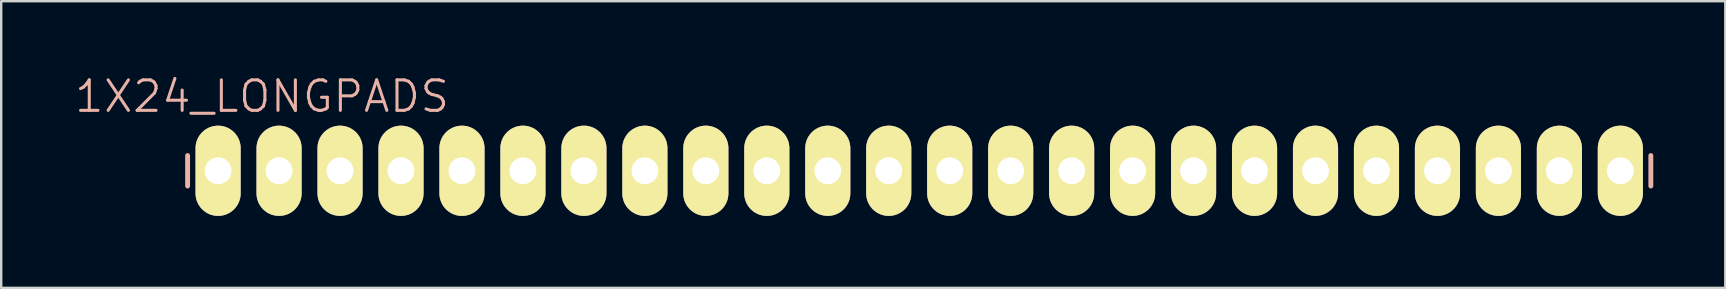
<source format=kicad_pcb>
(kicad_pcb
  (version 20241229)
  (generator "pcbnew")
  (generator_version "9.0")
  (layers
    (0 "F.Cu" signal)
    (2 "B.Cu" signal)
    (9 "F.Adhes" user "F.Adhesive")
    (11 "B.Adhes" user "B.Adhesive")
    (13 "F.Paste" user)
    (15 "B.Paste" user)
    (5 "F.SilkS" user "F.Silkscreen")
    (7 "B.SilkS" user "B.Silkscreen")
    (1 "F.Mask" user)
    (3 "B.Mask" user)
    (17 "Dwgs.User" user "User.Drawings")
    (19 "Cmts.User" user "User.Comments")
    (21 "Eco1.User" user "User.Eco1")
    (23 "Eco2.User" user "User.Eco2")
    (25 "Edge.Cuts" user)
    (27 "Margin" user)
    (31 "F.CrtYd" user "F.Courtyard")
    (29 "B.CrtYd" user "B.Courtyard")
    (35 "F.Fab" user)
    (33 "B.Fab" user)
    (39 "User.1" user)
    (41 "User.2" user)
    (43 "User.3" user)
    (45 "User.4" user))
  (footprint "1X24_LONGPADS"
    (layer "F.Cu")
    (at 32.706 4.065)
    (property "Reference" "1X24_LONGPADS" (at -24.841 -3.099 0) (layer "B.SilkS") (effects (font (size 1.27 1.27) (thickness 0.127))))
    (attr exclude_from_pos_files exclude_from_bom)
    (fp_line (start -26.924 -0.254) (end -26.416 -0.254) (stroke (width 0.066) (type solid)) (layer "F.SilkS"))
    (fp_line (start -26.924 0.254) (end -26.924 -0.254) (stroke (width 0.066) (type solid)) (layer "F.SilkS"))
    (fp_line (start -26.924 0.254) (end -26.416 0.254) (stroke (width 0.066) (type solid)) (layer "F.SilkS"))
    (fp_line (start -26.416 0.254) (end -26.416 -0.254) (stroke (width 0.066) (type solid)) (layer "F.SilkS"))
    (fp_line (start -24.384 -0.254) (end -23.876 -0.254) (stroke (width 0.066) (type solid)) (layer "F.SilkS"))
    (fp_line (start -24.384 0.254) (end -24.384 -0.254) (stroke (width 0.066) (type solid)) (layer "F.SilkS"))
    (fp_line (start -24.384 0.254) (end -23.876 0.254) (stroke (width 0.066) (type solid)) (layer "F.SilkS"))
    (fp_line (start -23.876 0.254) (end -23.876 -0.254) (stroke (width 0.066) (type solid)) (layer "F.SilkS"))
    (fp_line (start -21.844 -0.254) (end -21.336 -0.254) (stroke (width 0.066) (type solid)) (layer "F.SilkS"))
    (fp_line (start -21.844 0.254) (end -21.844 -0.254) (stroke (width 0.066) (type solid)) (layer "F.SilkS"))
    (fp_line (start -21.844 0.254) (end -21.336 0.254) (stroke (width 0.066) (type solid)) (layer "F.SilkS"))
    (fp_line (start -21.336 0.254) (end -21.336 -0.254) (stroke (width 0.066) (type solid)) (layer "F.SilkS"))
    (fp_line (start -19.304 -0.254) (end -18.796 -0.254) (stroke (width 0.066) (type solid)) (layer "F.SilkS"))
    (fp_line (start -19.304 0.254) (end -19.304 -0.254) (stroke (width 0.066) (type solid)) (layer "F.SilkS"))
    (fp_line (start -19.304 0.254) (end -18.796 0.254) (stroke (width 0.066) (type solid)) (layer "F.SilkS"))
    (fp_line (start -18.796 0.254) (end -18.796 -0.254) (stroke (width 0.066) (type solid)) (layer "F.SilkS"))
    (fp_line (start -16.764 -0.254) (end -16.256 -0.254) (stroke (width 0.066) (type solid)) (layer "F.SilkS"))
    (fp_line (start -16.764 0.254) (end -16.764 -0.254) (stroke (width 0.066) (type solid)) (layer "F.SilkS"))
    (fp_line (start -16.764 0.254) (end -16.256 0.254) (stroke (width 0.066) (type solid)) (layer "F.SilkS"))
    (fp_line (start -16.256 0.254) (end -16.256 -0.254) (stroke (width 0.066) (type solid)) (layer "F.SilkS"))
    (fp_line (start -14.224 -0.254) (end -13.716 -0.254) (stroke (width 0.066) (type solid)) (layer "F.SilkS"))
    (fp_line (start -14.224 0.254) (end -14.224 -0.254) (stroke (width 0.066) (type solid)) (layer "F.SilkS"))
    (fp_line (start -14.224 0.254) (end -13.716 0.254) (stroke (width 0.066) (type solid)) (layer "F.SilkS"))
    (fp_line (start -13.716 0.254) (end -13.716 -0.254) (stroke (width 0.066) (type solid)) (layer "F.SilkS"))
    (fp_line (start -11.684 -0.254) (end -11.176 -0.254) (stroke (width 0.066) (type solid)) (layer "F.SilkS"))
    (fp_line (start -11.684 0.254) (end -11.684 -0.254) (stroke (width 0.066) (type solid)) (layer "F.SilkS"))
    (fp_line (start -11.684 0.254) (end -11.176 0.254) (stroke (width 0.066) (type solid)) (layer "F.SilkS"))
    (fp_line (start -11.176 0.254) (end -11.176 -0.254) (stroke (width 0.066) (type solid)) (layer "F.SilkS"))
    (fp_line (start -9.144 -0.254) (end -8.636 -0.254) (stroke (width 0.066) (type solid)) (layer "F.SilkS"))
    (fp_line (start -9.144 0.254) (end -9.144 -0.254) (stroke (width 0.066) (type solid)) (layer "F.SilkS"))
    (fp_line (start -9.144 0.254) (end -8.636 0.254) (stroke (width 0.066) (type solid)) (layer "F.SilkS"))
    (fp_line (start -8.636 0.254) (end -8.636 -0.254) (stroke (width 0.066) (type solid)) (layer "F.SilkS"))
    (fp_line (start -6.604 -0.254) (end -6.096 -0.254) (stroke (width 0.066) (type solid)) (layer "F.SilkS"))
    (fp_line (start -6.604 0.254) (end -6.604 -0.254) (stroke (width 0.066) (type solid)) (layer "F.SilkS"))
    (fp_line (start -6.604 0.254) (end -6.096 0.254) (stroke (width 0.066) (type solid)) (layer "F.SilkS"))
    (fp_line (start -6.096 0.254) (end -6.096 -0.254) (stroke (width 0.066) (type solid)) (layer "F.SilkS"))
    (fp_line (start -4.064 -0.254) (end -3.556 -0.254) (stroke (width 0.066) (type solid)) (layer "F.SilkS"))
    (fp_line (start -4.064 0.254) (end -4.064 -0.254) (stroke (width 0.066) (type solid)) (layer "F.SilkS"))
    (fp_line (start -4.064 0.254) (end -3.556 0.254) (stroke (width 0.066) (type solid)) (layer "F.SilkS"))
    (fp_line (start -3.556 0.254) (end -3.556 -0.254) (stroke (width 0.066) (type solid)) (layer "F.SilkS"))
    (fp_line (start -1.524 -0.254) (end -1.016 -0.254) (stroke (width 0.066) (type solid)) (layer "F.SilkS"))
    (fp_line (start -1.524 0.254) (end -1.524 -0.254) (stroke (width 0.066) (type solid)) (layer "F.SilkS"))
    (fp_line (start -1.524 0.254) (end -1.016 0.254) (stroke (width 0.066) (type solid)) (layer "F.SilkS"))
    (fp_line (start -1.016 0.254) (end -1.016 -0.254) (stroke (width 0.066) (type solid)) (layer "F.SilkS"))
    (fp_line (start 1.016 -0.254) (end 1.524 -0.254) (stroke (width 0.066) (type solid)) (layer "F.SilkS"))
    (fp_line (start 1.016 0.254) (end 1.016 -0.254) (stroke (width 0.066) (type solid)) (layer "F.SilkS"))
    (fp_line (start 1.016 0.254) (end 1.524 0.254) (stroke (width 0.066) (type solid)) (layer "F.SilkS"))
    (fp_line (start 1.524 0.254) (end 1.524 -0.254) (stroke (width 0.066) (type solid)) (layer "F.SilkS"))
    (fp_line (start 3.556 -0.254) (end 4.064 -0.254) (stroke (width 0.066) (type solid)) (layer "F.SilkS"))
    (fp_line (start 3.556 0.254) (end 3.556 -0.254) (stroke (width 0.066) (type solid)) (layer "F.SilkS"))
    (fp_line (start 3.556 0.254) (end 4.064 0.254) (stroke (width 0.066) (type solid)) (layer "F.SilkS"))
    (fp_line (start 4.064 0.254) (end 4.064 -0.254) (stroke (width 0.066) (type solid)) (layer "F.SilkS"))
    (fp_line (start 6.096 -0.254) (end 6.604 -0.254) (stroke (width 0.066) (type solid)) (layer "F.SilkS"))
    (fp_line (start 6.096 0.254) (end 6.096 -0.254) (stroke (width 0.066) (type solid)) (layer "F.SilkS"))
    (fp_line (start 6.096 0.254) (end 6.604 0.254) (stroke (width 0.066) (type solid)) (layer "F.SilkS"))
    (fp_line (start 6.604 0.254) (end 6.604 -0.254) (stroke (width 0.066) (type solid)) (layer "F.SilkS"))
    (fp_line (start 8.636 -0.254) (end 9.144 -0.254) (stroke (width 0.066) (type solid)) (layer "F.SilkS"))
    (fp_line (start 8.636 0.254) (end 8.636 -0.254) (stroke (width 0.066) (type solid)) (layer "F.SilkS"))
    (fp_line (start 8.636 0.254) (end 9.144 0.254) (stroke (width 0.066) (type solid)) (layer "F.SilkS"))
    (fp_line (start 9.144 0.254) (end 9.144 -0.254) (stroke (width 0.066) (type solid)) (layer "F.SilkS"))
    (fp_line (start 11.176 -0.254) (end 11.684 -0.254) (stroke (width 0.066) (type solid)) (layer "F.SilkS"))
    (fp_line (start 11.176 0.254) (end 11.176 -0.254) (stroke (width 0.066) (type solid)) (layer "F.SilkS"))
    (fp_line (start 11.176 0.254) (end 11.684 0.254) (stroke (width 0.066) (type solid)) (layer "F.SilkS"))
    (fp_line (start 11.684 0.254) (end 11.684 -0.254) (stroke (width 0.066) (type solid)) (layer "F.SilkS"))
    (fp_line (start 13.716 -0.254) (end 14.224 -0.254) (stroke (width 0.066) (type solid)) (layer "F.SilkS"))
    (fp_line (start 13.716 0.254) (end 13.716 -0.254) (stroke (width 0.066) (type solid)) (layer "F.SilkS"))
    (fp_line (start 13.716 0.254) (end 14.224 0.254) (stroke (width 0.066) (type solid)) (layer "F.SilkS"))
    (fp_line (start 14.224 0.254) (end 14.224 -0.254) (stroke (width 0.066) (type solid)) (layer "F.SilkS"))
    (fp_line (start 16.256 -0.254) (end 16.764 -0.254) (stroke (width 0.066) (type solid)) (layer "F.SilkS"))
    (fp_line (start 16.256 0.254) (end 16.256 -0.254) (stroke (width 0.066) (type solid)) (layer "F.SilkS"))
    (fp_line (start 16.256 0.254) (end 16.764 0.254) (stroke (width 0.066) (type solid)) (layer "F.SilkS"))
    (fp_line (start 16.764 0.254) (end 16.764 -0.254) (stroke (width 0.066) (type solid)) (layer "F.SilkS"))
    (fp_line (start 18.796 -0.254) (end 19.304 -0.254) (stroke (width 0.066) (type solid)) (layer "F.SilkS"))
    (fp_line (start 18.796 0.254) (end 18.796 -0.254) (stroke (width 0.066) (type solid)) (layer "F.SilkS"))
    (fp_line (start 18.796 0.254) (end 19.304 0.254) (stroke (width 0.066) (type solid)) (layer "F.SilkS"))
    (fp_line (start 19.304 0.254) (end 19.304 -0.254) (stroke (width 0.066) (type solid)) (layer "F.SilkS"))
    (fp_line (start 21.336 -0.254) (end 21.844 -0.254) (stroke (width 0.066) (type solid)) (layer "F.SilkS"))
    (fp_line (start 21.336 0.254) (end 21.336 -0.254) (stroke (width 0.066) (type solid)) (layer "F.SilkS"))
    (fp_line (start 21.336 0.254) (end 21.844 0.254) (stroke (width 0.066) (type solid)) (layer "F.SilkS"))
    (fp_line (start 21.844 0.254) (end 21.844 -0.254) (stroke (width 0.066) (type solid)) (layer "F.SilkS"))
    (fp_line (start 23.876 -0.254) (end 24.384 -0.254) (stroke (width 0.066) (type solid)) (layer "F.SilkS"))
    (fp_line (start 23.876 0.254) (end 23.876 -0.254) (stroke (width 0.066) (type solid)) (layer "F.SilkS"))
    (fp_line (start 23.876 0.254) (end 24.384 0.254) (stroke (width 0.066) (type solid)) (layer "F.SilkS"))
    (fp_line (start 24.384 0.254) (end 24.384 -0.254) (stroke (width 0.066) (type solid)) (layer "F.SilkS"))
    (fp_line (start 26.416 -0.254) (end 26.924 -0.254) (stroke (width 0.066) (type solid)) (layer "F.SilkS"))
    (fp_line (start 26.416 0.254) (end 26.416 -0.254) (stroke (width 0.066) (type solid)) (layer "F.SilkS"))
    (fp_line (start 26.416 0.254) (end 26.924 0.254) (stroke (width 0.066) (type solid)) (layer "F.SilkS"))
    (fp_line (start 26.924 0.254) (end 26.924 -0.254) (stroke (width 0.066) (type solid)) (layer "F.SilkS"))
    (fp_line (start 28.953 -0.254) (end 29.464 -0.254) (stroke (width 0.066) (type solid)) (layer "F.SilkS"))
    (fp_line (start 28.953 0.254) (end 28.953 -0.254) (stroke (width 0.066) (type solid)) (layer "F.SilkS"))
    (fp_line (start 28.953 0.254) (end 29.464 0.254) (stroke (width 0.066) (type solid)) (layer "F.SilkS"))
    (fp_line (start 29.464 0.254) (end 29.464 -0.254) (stroke (width 0.066) (type solid)) (layer "F.SilkS"))
    (fp_line (start 31.496 -0.254) (end 32.004 -0.254) (stroke (width 0.066) (type solid)) (layer "F.SilkS"))
    (fp_line (start 31.496 0.254) (end 31.496 -0.254) (stroke (width 0.066) (type solid)) (layer "F.SilkS"))
    (fp_line (start 31.496 0.254) (end 32.004 0.254) (stroke (width 0.066) (type solid)) (layer "F.SilkS"))
    (fp_line (start 32.004 0.254) (end 32.004 -0.254) (stroke (width 0.066) (type solid)) (layer "F.SilkS"))
    (fp_line (start -27.94 -0.635) (end -27.94 0.635) (stroke (width 0.203) (type solid)) (layer "B.SilkS"))
    (fp_line (start 33.02 -0.635) (end 33.02 0.635) (stroke (width 0.203) (type solid)) (layer "B.SilkS"))
    (pad "2" thru_hole oval (at -26.67 0 180) (size 1.88 3.759) (drill 1.118) (layers "*.Cu" "F.Mask" "F.SilkS" "F.Paste"))
    (pad "3" thru_hole oval (at -24.13 0 180) (size 1.88 3.759) (drill 1.118) (layers "*.Cu" "F.Mask" "F.SilkS" "F.Paste"))
    (pad "4" thru_hole oval (at -21.59 0 180) (size 1.88 3.759) (drill 1.118) (layers "*.Cu" "F.Mask" "F.SilkS" "F.Paste"))
    (pad "5" thru_hole oval (at -19.05 0 180) (size 1.88 3.759) (drill 1.118) (layers "*.Cu" "F.Mask" "F.SilkS" "F.Paste"))
    (pad "6" thru_hole oval (at -16.51 0 180) (size 1.88 3.759) (drill 1.118) (layers "*.Cu" "F.Mask" "F.SilkS" "F.Paste"))
    (pad "7" thru_hole oval (at -13.97 0 180) (size 1.88 3.759) (drill 1.118) (layers "*.Cu" "F.Mask" "F.SilkS" "F.Paste"))
    (pad "8" thru_hole oval (at -11.43 0 180) (size 1.88 3.759) (drill 1.118) (layers "*.Cu" "F.Mask" "F.SilkS" "F.Paste"))
    (pad "9" thru_hole oval (at -8.89 0 180) (size 1.88 3.759) (drill 1.118) (layers "*.Cu" "F.Mask" "F.SilkS" "F.Paste"))
    (pad "10" thru_hole oval (at -6.35 0 180) (size 1.88 3.759) (drill 1.118) (layers "*.Cu" "F.Mask" "F.SilkS" "F.Paste"))
    (pad "11" thru_hole oval (at -3.81 0 180) (size 1.88 3.759) (drill 1.118) (layers "*.Cu" "F.Mask" "F.SilkS" "F.Paste"))
    (pad "12" thru_hole oval (at -1.27 0 180) (size 1.88 3.759) (drill 1.118) (layers "*.Cu" "F.Mask" "F.SilkS" "F.Paste"))
    (pad "13" thru_hole oval (at 1.27 0 180) (size 1.88 3.759) (drill 1.118) (layers "*.Cu" "F.Mask" "F.SilkS" "F.Paste"))
    (pad "14" thru_hole oval (at 3.81 0 180) (size 1.88 3.759) (drill 1.118) (layers "*.Cu" "F.Mask" "F.SilkS" "F.Paste"))
    (pad "15" thru_hole oval (at 6.35 0 180) (size 1.88 3.759) (drill 1.118) (layers "*.Cu" "F.Mask" "F.SilkS" "F.Paste"))
    (pad "16" thru_hole oval (at 8.89 0 180) (size 1.88 3.759) (drill 1.118) (layers "*.Cu" "F.Mask" "F.SilkS" "F.Paste"))
    (pad "17" thru_hole oval (at 11.43 0 180) (size 1.88 3.759) (drill 1.118) (layers "*.Cu" "F.Mask" "F.SilkS" "F.Paste"))
    (pad "18" thru_hole oval (at 13.97 0 180) (size 1.88 3.759) (drill 1.118) (layers "*.Cu" "F.Mask" "F.SilkS" "F.Paste"))
    (pad "19" thru_hole oval (at 16.51 0 180) (size 1.88 3.759) (drill 1.118) (layers "*.Cu" "F.Mask" "F.SilkS" "F.Paste"))
    (pad "20" thru_hole oval (at 19.05 0 180) (size 1.88 3.759) (drill 1.118) (layers "*.Cu" "F.Mask" "F.SilkS" "F.Paste"))
    (pad "21" thru_hole oval (at 21.59 0 180) (size 1.88 3.759) (drill 1.118) (layers "*.Cu" "F.Mask" "F.SilkS" "F.Paste"))
    (pad "22" thru_hole oval (at 24.13 0 180) (size 1.88 3.759) (drill 1.118) (layers "*.Cu" "F.Mask" "F.SilkS" "F.Paste"))
    (pad "23" thru_hole oval (at 26.67 0 180) (size 1.88 3.759) (drill 1.118) (layers "*.Cu" "F.Mask" "F.SilkS" "F.Paste"))
    (pad "24" thru_hole oval (at 29.21 0 180) (size 1.88 3.759) (drill 1.118) (layers "*.Cu" "F.Mask" "F.SilkS" "F.Paste"))
    (pad "25" thru_hole oval (at 31.75 0 180) (size 1.88 3.759) (drill 1.118) (layers "*.Cu" "F.Mask" "F.SilkS" "F.Paste")))
  (gr_rect
    (start -3 -3)
    (end 68.828 8.944)
    (stroke (width 0.1) (type default))
    (fill no)
    (layer "Edge.Cuts")))
</source>
